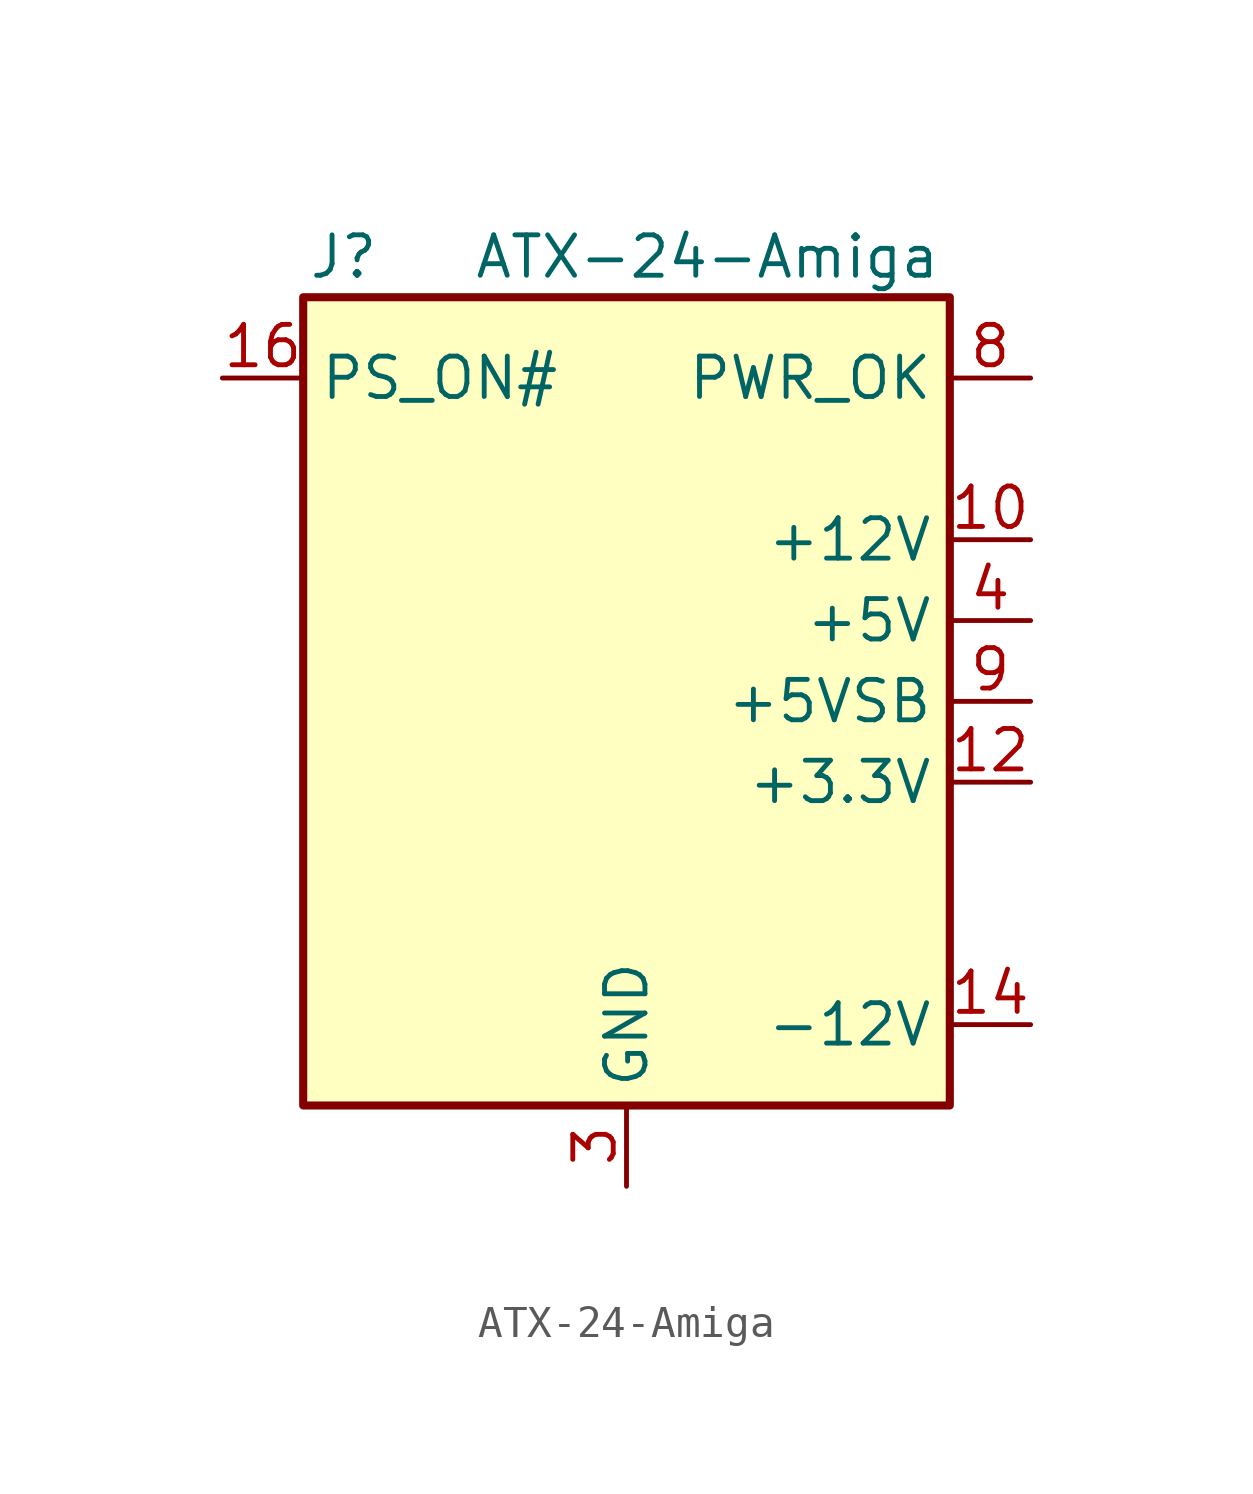
<source format=kicad_sym>
(kicad_symbol_lib
  (version 20220914)
  (generator kicad_symbol_editor)
  (symbol "ATX-24-Amiga"
    (property "Reference" "J"
      (at -8.89 13.97 0)
      (effects (font (size 1.27 1.27))))
    (property "Value" "ATX-24-Amiga"
      (at 2.54 13.97 0)
      (effects (font (size 1.27 1.27))))
    (symbol "ATX-24-Amiga_0_1"
      (rectangle (start -10.16 12.7) (end 10.16 -12.7) (stroke (width 0.254) (type solid)) (fill (type background))))
    (symbol "ATX-24-Amiga_1_1"
      (pin power_out line (at 12.7 5.08 180) (length 2.54) (name "+12V" (effects (font (size 1.27 1.27)))) (number "10" (effects (font (size 1.27 1.27)))))
      (pin passive line (at 12.7 5.08 180) (length 2.54) hide (name "+12V" (effects (font (size 1.27 1.27)))) (number "11" (effects (font (size 1.27 1.27)))))
      (pin power_out line (at 12.7 -2.54 180) (length 2.54) (name "+3.3V" (effects (font (size 1.27 1.27)))) (number "12" (effects (font (size 1.27 1.27)))))
      (pin power_out line (at 12.7 -10.16 180) (length 2.54) (name "-12V" (effects (font (size 1.27 1.27)))) (number "14" (effects (font (size 1.27 1.27)))))
      (pin passive line (at 0 -15.24 90) (length 2.54) hide (name "GND" (effects (font (size 1.27 1.27)))) (number "15" (effects (font (size 1.27 1.27)))))
      (pin open_collector line (at -12.7 10.16 0) (length 2.54) (name "PS_ON#" (effects (font (size 1.27 1.27)))) (number "16" (effects (font (size 1.27 1.27)))))
      (pin passive line (at 0 -15.24 90) (length 2.54) hide (name "GND" (effects (font (size 1.27 1.27)))) (number "17" (effects (font (size 1.27 1.27)))))
      (pin passive line (at 0 -15.24 90) (length 2.54) hide (name "GND" (effects (font (size 1.27 1.27)))) (number "18" (effects (font (size 1.27 1.27)))))
      (pin passive line (at 0 -15.24 90) (length 2.54) hide (name "GND" (effects (font (size 1.27 1.27)))) (number "19" (effects (font (size 1.27 1.27)))))
      (pin no_connect line (at -10.16 0 0) (length 2.54) hide (name "NC" (effects (font (size 1.27 1.27)))) (number "20" (effects (font (size 1.27 1.27)))))
      (pin passive line (at 12.7 2.54 180) (length 2.54) hide (name "+5V" (effects (font (size 1.27 1.27)))) (number "21" (effects (font (size 1.27 1.27)))))
      (pin passive line (at 12.7 2.54 180) (length 2.54) hide (name "+5V" (effects (font (size 1.27 1.27)))) (number "22" (effects (font (size 1.27 1.27)))))
      (pin passive line (at 12.7 2.54 180) (length 2.54) hide (name "+5V" (effects (font (size 1.27 1.27)))) (number "23" (effects (font (size 1.27 1.27)))))
      (pin passive line (at 0 -15.24 90) (length 2.54) hide (name "GND" (effects (font (size 1.27 1.27)))) (number "24" (effects (font (size 1.27 1.27)))))
      (pin power_out line (at 0 -15.24 90) (length 2.54) (name "GND" (effects (font (size 1.27 1.27)))) (number "3" (effects (font (size 1.27 1.27)))))
      (pin power_out line (at 12.7 2.54 180) (length 2.54) (name "+5V" (effects (font (size 1.27 1.27)))) (number "4" (effects (font (size 1.27 1.27)))))
      (pin passive line (at 0 -15.24 90) (length 2.54) hide (name "GND" (effects (font (size 1.27 1.27)))) (number "5" (effects (font (size 1.27 1.27)))))
      (pin passive line (at 12.7 2.54 180) (length 2.54) hide (name "+5V" (effects (font (size 1.27 1.27)))) (number "6" (effects (font (size 1.27 1.27)))))
      (pin passive line (at 0 -15.24 90) (length 2.54) hide (name "GND" (effects (font (size 1.27 1.27)))) (number "7" (effects (font (size 1.27 1.27)))))
      (pin output line (at 12.7 10.16 180) (length 2.54) (name "PWR_OK" (effects (font (size 1.27 1.27)))) (number "8" (effects (font (size 1.27 1.27)))))
      (pin power_out line (at 12.7 0 180) (length 2.54) (name "+5VSB" (effects (font (size 1.27 1.27)))) (number "9" (effects (font (size 1.27 1.27))))))))
</source>
